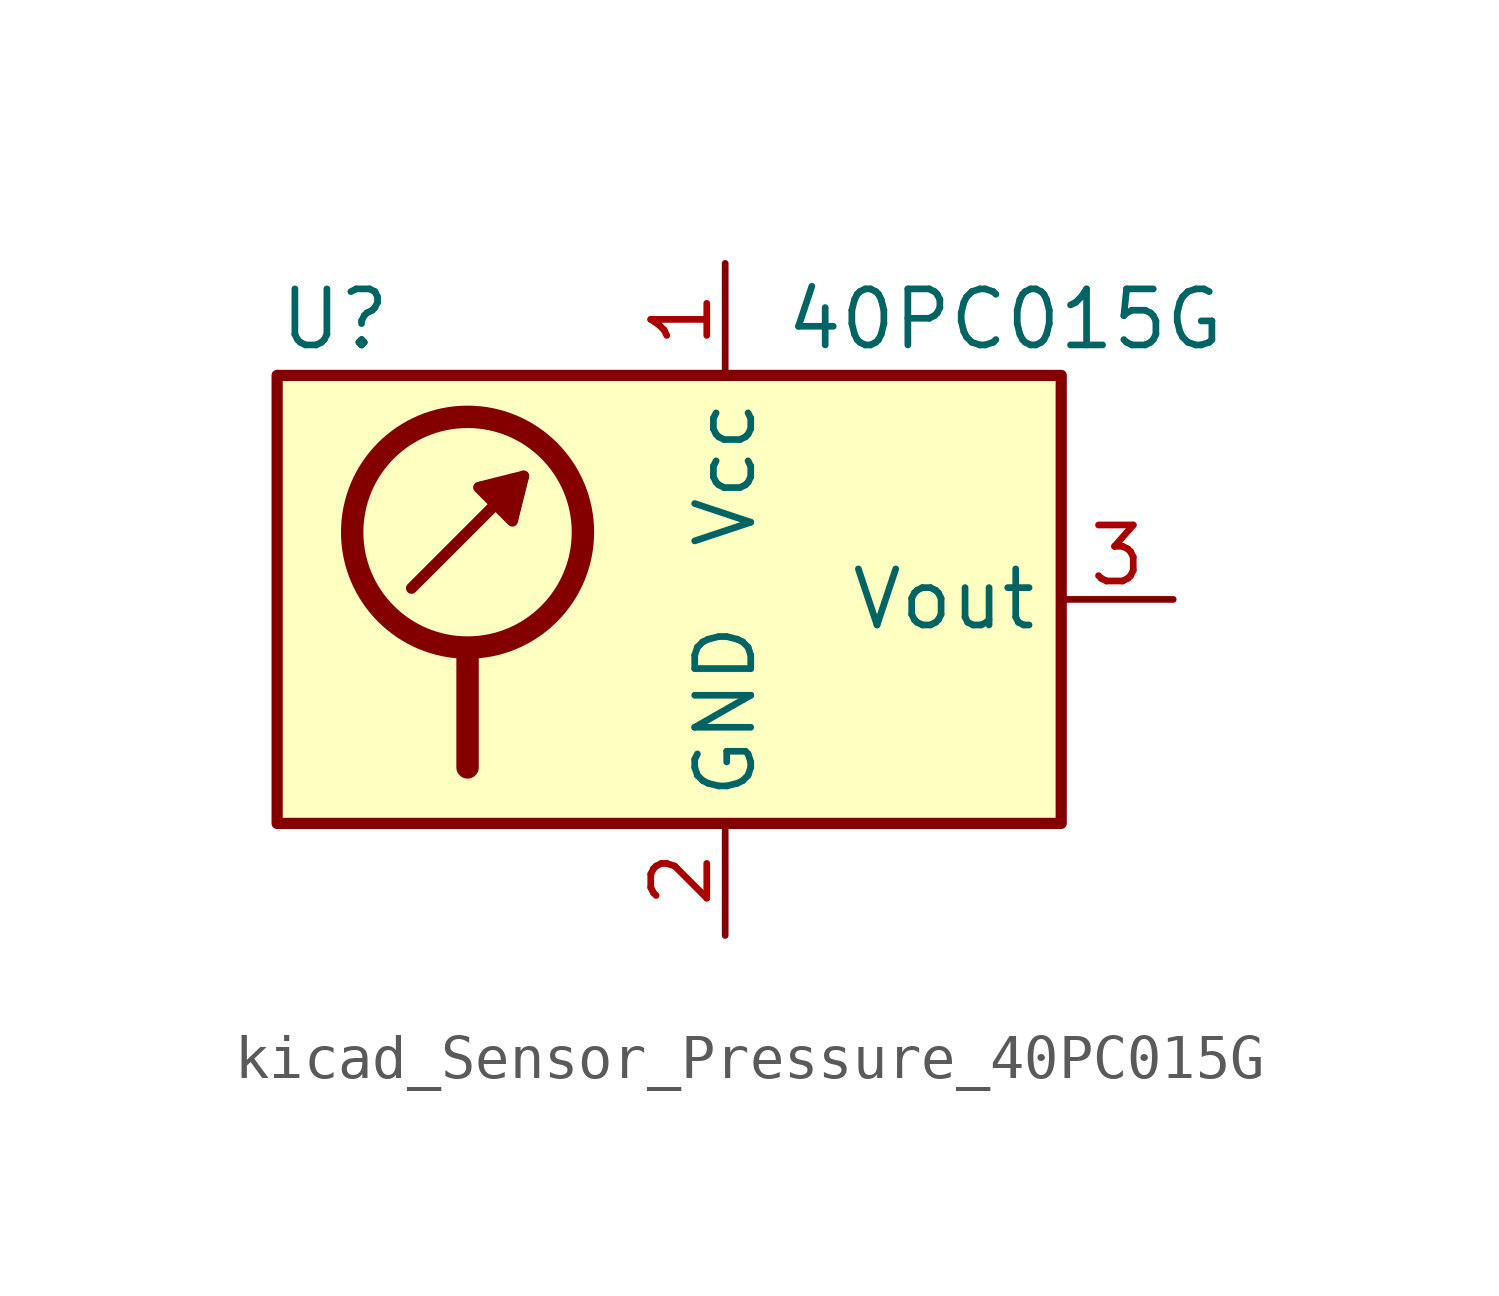
<source format=kicad_sym>
(kicad_symbol_lib
  (version 20220914)
  (generator kicad_symbol_editor)
  (symbol "kicad_Sensor_Pressure_40PC015G"
    (property "Reference" "U"
      (at -10.16 6.35 0)
      (effects (font (size 1.27 1.27)) (justify left)))
    (property "Value" "40PC015G"
      (at 6.35 6.35 0)
      (effects (font (size 1.27 1.27))))
    (symbol "kicad_Sensor_Pressure_40PC015G_0_1"
      (circle (center -5.842 1.524) (radius 2.616) (stroke (width 0.508) (type default)) (fill (type none)))
      (polyline (pts (xy -7.112 0.254) (xy -4.572 2.794)) (stroke (width 0.254) (type default)) (fill (type none)))
      (polyline (pts (xy -5.842 -1.27) (xy -5.842 -3.81)) (stroke (width 0.508) (type default)) (fill (type none)))
      (polyline (pts (xy -4.572 2.794) (xy -4.826 1.778) (xy -5.588 2.54) (xy -4.572 2.794)) (stroke (width 0.254) (type default)) (fill (type outline)))
      (rectangle (start 7.62 5.08) (end -10.16 -5.08) (stroke (width 0.254) (type default)) (fill (type background))))
    (symbol "kicad_Sensor_Pressure_40PC015G_1_1"
      (pin power_in line (at 0 7.62 270) (length 2.54) (name "Vcc" (effects (font (size 1.27 1.27)))) (number "1" (effects (font (size 1.27 1.27)))))
      (pin power_in line (at 0 -7.62 90) (length 2.54) (name "GND" (effects (font (size 1.27 1.27)))) (number "2" (effects (font (size 1.27 1.27)))))
      (pin output line (at 10.16 0 180) (length 2.54) (name "Vout" (effects (font (size 1.27 1.27)))) (number "3" (effects (font (size 1.27 1.27)))))
      (pin no_connect line (at -7.62 -5.08 90) (length 2.54) hide (name "NC" (effects (font (size 1.27 1.27)))) (number "4" (effects (font (size 1.27 1.27)))))
      (pin no_connect line (at -5.08 -5.08 90) (length 2.54) hide (name "NC" (effects (font (size 1.27 1.27)))) (number "5" (effects (font (size 1.27 1.27)))))
      (pin no_connect line (at -2.54 -5.08 90) (length 2.54) hide (name "NC" (effects (font (size 1.27 1.27)))) (number "6" (effects (font (size 1.27 1.27))))))))
</source>
